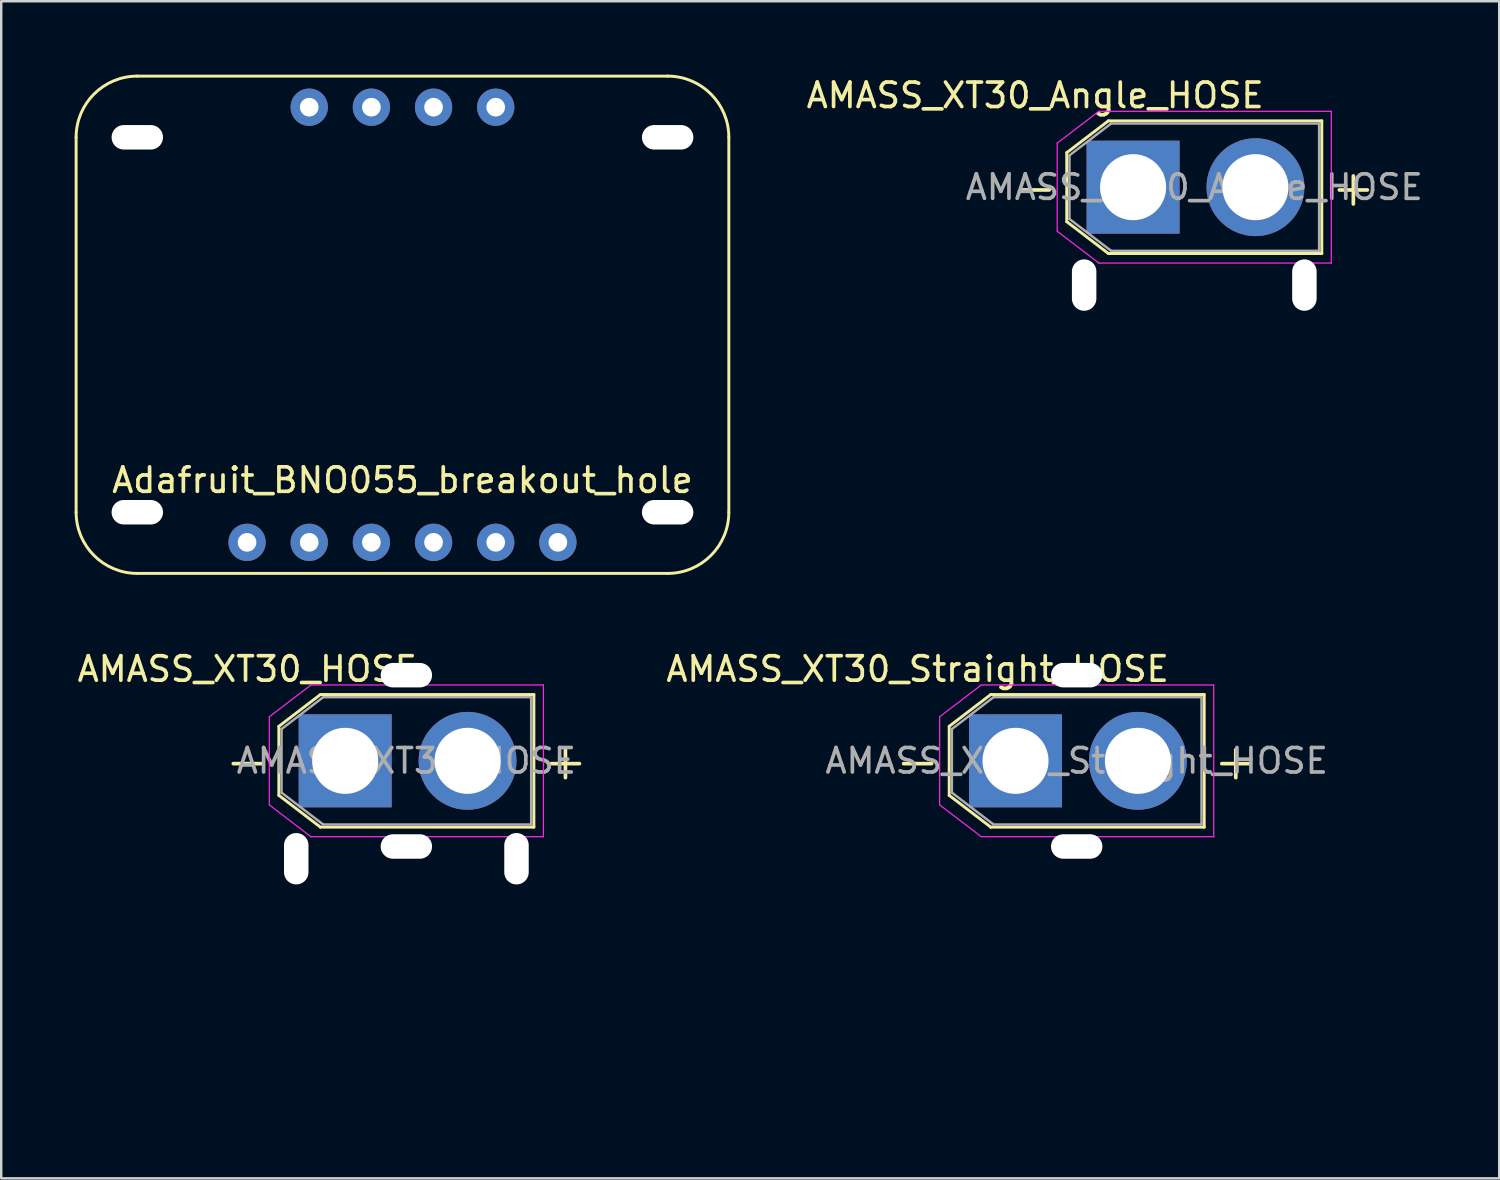
<source format=kicad_pcb>
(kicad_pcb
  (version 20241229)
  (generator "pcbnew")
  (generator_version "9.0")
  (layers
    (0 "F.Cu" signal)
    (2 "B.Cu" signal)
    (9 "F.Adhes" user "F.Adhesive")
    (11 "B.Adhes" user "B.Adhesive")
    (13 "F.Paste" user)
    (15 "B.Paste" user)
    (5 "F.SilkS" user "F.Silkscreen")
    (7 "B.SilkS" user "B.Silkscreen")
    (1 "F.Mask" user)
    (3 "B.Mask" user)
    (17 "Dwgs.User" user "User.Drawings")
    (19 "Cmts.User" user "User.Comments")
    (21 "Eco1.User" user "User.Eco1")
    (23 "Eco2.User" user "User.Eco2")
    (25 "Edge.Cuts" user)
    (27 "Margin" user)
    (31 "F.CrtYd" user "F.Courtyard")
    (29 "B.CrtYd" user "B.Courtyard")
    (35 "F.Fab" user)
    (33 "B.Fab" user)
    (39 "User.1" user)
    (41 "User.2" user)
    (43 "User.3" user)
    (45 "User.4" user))
  (footprint "AMASS_XT30_HOSE"
    (layer "F.Cu")
    (at 13.554 28.038)
    (property "Reference" "AMASS_XT30_HOSE" (at -6.5 -3.75 0) (layer "F.SilkS") (effects (font (size 1 1) (thickness 0.15))))
    (attr through_hole)
    (fp_line (start -5.21 -1.41) (end -5.21 1.41) (stroke (width 0.12) (type solid)) (layer "F.SilkS"))
    (fp_line (start -5.21 -1.41) (end -3.51 -2.71) (stroke (width 0.12) (type solid)) (layer "F.SilkS"))
    (fp_line (start -5.21 1.41) (end -3.51 2.71) (stroke (width 0.12) (type solid)) (layer "F.SilkS"))
    (fp_line (start -3.51 -2.71) (end 5.21 -2.71) (stroke (width 0.12) (type solid)) (layer "F.SilkS"))
    (fp_line (start -3.51 2.71) (end 5.21 2.71) (stroke (width 0.12) (type solid)) (layer "F.SilkS"))
    (fp_line (start 5.21 -2.71) (end 5.21 2.71) (stroke (width 0.12) (type solid)) (layer "F.SilkS"))
    (fp_line (start -4.5 3) (end -3.5 13) (stroke (width 0.12) (type solid)) (layer "Eco1.User"))
    (fp_line (start -3.5 13) (end 3.5 13) (stroke (width 0.12) (type solid)) (layer "Eco1.User"))
    (fp_line (start -1 14) (end -1 13) (stroke (width 0.12) (type solid)) (layer "Eco1.User"))
    (fp_line (start 1 14) (end -1 14) (stroke (width 0.12) (type solid)) (layer "Eco1.User"))
    (fp_line (start 1 14) (end 1 13) (stroke (width 0.12) (type solid)) (layer "Eco1.User"))
    (fp_line (start 4.5 3) (end 3.5 13) (stroke (width 0.12) (type solid)) (layer "Eco1.User"))
    (fp_line (start -5.6 -1.8) (end -5.6 1.8) (stroke (width 0.05) (type solid)) (layer "F.CrtYd"))
    (fp_line (start -5.6 -1.8) (end -3.9 -3.1) (stroke (width 0.05) (type solid)) (layer "F.CrtYd"))
    (fp_line (start -5.6 1.8) (end -3.9 3.1) (stroke (width 0.05) (type solid)) (layer "F.CrtYd"))
    (fp_line (start -3.9 -3.1) (end 5.6 -3.1) (stroke (width 0.05) (type solid)) (layer "F.CrtYd"))
    (fp_line (start -3.9 3.1) (end 5.6 3.1) (stroke (width 0.05) (type solid)) (layer "F.CrtYd"))
    (fp_line (start 5.6 -3.1) (end 5.6 3.1) (stroke (width 0.05) (type solid)) (layer "F.CrtYd"))
    (fp_line (start -5.1 -1.3) (end -5.1 1.3) (stroke (width 0.1) (type solid)) (layer "F.Fab"))
    (fp_line (start -5.1 -1.3) (end -3.4 -2.6) (stroke (width 0.1) (type solid)) (layer "F.Fab"))
    (fp_line (start -5.1 1.3) (end -3.4 2.6) (stroke (width 0.1) (type solid)) (layer "F.Fab"))
    (fp_line (start -3.4 -2.6) (end 5.1 -2.6) (stroke (width 0.1) (type solid)) (layer "F.Fab"))
    (fp_line (start -3.4 2.6) (end 5.1 2.6) (stroke (width 0.1) (type solid)) (layer "F.Fab"))
    (fp_line (start 5.1 -2.6) (end 5.1 2.6) (stroke (width 0.1) (type solid)) (layer "F.Fab"))
    (fp_text user "-" (at -6.5 0 0) (layer "F.SilkS") (effects (font (size 1.5 1.5) (thickness 0.15))))
    (fp_text user "+" (at 6.5 0 0) (layer "F.SilkS") (effects (font (size 1.5 1.5) (thickness 0.15))))
    (fp_text user "${REFERENCE}" (at 0 0 0) (layer "F.Fab") (effects (font (size 1 1) (thickness 0.15))))
    (pad "" np_thru_hole oval (at -4.5 4 90) (size 2.1 1) (drill oval 2.1 1) (layers "*.Cu" "*.Mask"))
    (pad "" np_thru_hole oval (at 0 -3.5) (size 2.1 1) (drill oval 2.1 1) (layers "*.Cu" "*.Mask"))
    (pad "" np_thru_hole oval (at 0 3.5) (size 2.1 1) (drill oval 2.1 1) (layers "*.Cu" "*.Mask"))
    (pad "" np_thru_hole oval (at 4.5 4 90) (size 2.1 1) (drill oval 2.1 1) (layers "*.Cu" "*.Mask"))
    (pad "1" thru_hole rect (at -2.5 0) (size 3.8 3.8) (drill 2.7) (layers "*.Cu" "*.Mask"))
    (pad "2" thru_hole circle (at 2.5 0) (size 4 4) (drill 2.7) (layers "*.Cu" "*.Mask")))
  (footprint "Adafruit_BNO055_breakout_hole"
    (layer "F.Cu")
    (at 13.395 10.22)
    (property "Reference" "Adafruit_BNO055_breakout_hole" (at 0 6.35 0) (layer "F.SilkS") (effects (font (size 1 1) (thickness 0.15))))
    (attr through_hole)
    (fp_line (start -13.335 -7.66) (end -13.335 7.66) (stroke (width 0.12) (type solid)) (layer "F.SilkS"))
    (fp_line (start -10.835 10.16) (end 10.835 10.16) (stroke (width 0.12) (type solid)) (layer "F.SilkS"))
    (fp_line (start 10.835 -10.16) (end -10.835 -10.16) (stroke (width 0.12) (type solid)) (layer "F.SilkS"))
    (fp_line (start 13.335 7.66) (end 13.335 -7.66) (stroke (width 0.12) (type solid)) (layer "F.SilkS"))
    (fp_arc (start -13.335 -7.66) (mid -12.602767 -9.427767) (end -10.835 -10.16) (stroke (width 0.12) (type solid)) (layer "F.SilkS"))
    (fp_arc (start -10.835 10.16) (mid -12.602767 9.427767) (end -13.335 7.66) (stroke (width 0.12) (type solid)) (layer "F.SilkS"))
    (fp_arc (start 10.835 -10.16) (mid 12.602767 -9.427767) (end 13.335 -7.66) (stroke (width 0.12) (type solid)) (layer "F.SilkS"))
    (fp_arc (start 13.335 7.66) (mid 12.602767 9.427767) (end 10.835 10.16) (stroke (width 0.12) (type solid)) (layer "F.SilkS"))
    (pad "" np_thru_hole oval (at -10.835 -7.66) (size 2.1 1) (drill oval 2.1 1) (layers "*.Cu" "*.Mask"))
    (pad "" np_thru_hole oval (at -10.835 7.66) (size 2.1 1) (drill oval 2.1 1) (layers "*.Cu" "*.Mask"))
    (pad "" np_thru_hole oval (at 10.835 -7.66 180) (size 2.1 1) (drill oval 2.1 1) (layers "*.Cu" "*.Mask"))
    (pad "" np_thru_hole oval (at 10.835 7.66 180) (size 2.1 1) (drill oval 2.1 1) (layers "*.Cu" "*.Mask"))
    (pad "1" thru_hole circle (at -6.35 8.89) (size 1.524 1.524) (drill 0.762) (layers "*.Cu" "*.Mask"))
    (pad "2" thru_hole circle (at -3.81 8.89) (size 1.524 1.524) (drill 0.762) (layers "*.Cu" "*.Mask"))
    (pad "3" thru_hole circle (at -1.27 8.89) (size 1.524 1.524) (drill 0.762) (layers "*.Cu" "*.Mask"))
    (pad "4" thru_hole circle (at 1.27 8.89) (size 1.524 1.524) (drill 0.762) (layers "*.Cu" "*.Mask"))
    (pad "5" thru_hole circle (at 3.81 8.89) (size 1.524 1.524) (drill 0.762) (layers "*.Cu" "*.Mask"))
    (pad "6" thru_hole circle (at 6.35 8.89) (size 1.524 1.524) (drill 0.762) (layers "*.Cu" "*.Mask"))
    (pad "7" thru_hole circle (at -3.81 -8.89) (size 1.524 1.524) (drill 0.762) (layers "*.Cu" "*.Mask"))
    (pad "8" thru_hole circle (at -1.27 -8.89) (size 1.524 1.524) (drill 0.762) (layers "*.Cu" "*.Mask"))
    (pad "9" thru_hole circle (at 1.27 -8.89) (size 1.524 1.524) (drill 0.762) (layers "*.Cu" "*.Mask"))
    (pad "10" thru_hole circle (at 3.81 -8.89) (size 1.524 1.524) (drill 0.762) (layers "*.Cu" "*.Mask")))
  (footprint "AMASS_XT30_Angle_HOSE"
    (layer "F.Cu")
    (at 45.748 4.598)
    (property "Reference" "AMASS_XT30_Angle_HOSE" (at -6.5 -3.75 0) (layer "F.SilkS") (effects (font (size 1 1) (thickness 0.15))))
    (attr through_hole)
    (fp_line (start -5.21 -1.41) (end -5.21 1.41) (stroke (width 0.12) (type solid)) (layer "F.SilkS"))
    (fp_line (start -5.21 -1.41) (end -3.51 -2.71) (stroke (width 0.12) (type solid)) (layer "F.SilkS"))
    (fp_line (start -5.21 1.41) (end -3.51 2.71) (stroke (width 0.12) (type solid)) (layer "F.SilkS"))
    (fp_line (start -3.51 -2.71) (end 5.21 -2.71) (stroke (width 0.12) (type solid)) (layer "F.SilkS"))
    (fp_line (start -3.51 2.71) (end 5.21 2.71) (stroke (width 0.12) (type solid)) (layer "F.SilkS"))
    (fp_line (start 5.21 -2.71) (end 5.21 2.71) (stroke (width 0.12) (type solid)) (layer "F.SilkS"))
    (fp_line (start -4.5 3) (end -3.5 13) (stroke (width 0.12) (type solid)) (layer "Eco1.User"))
    (fp_line (start -3.5 13) (end 3.5 13) (stroke (width 0.12) (type solid)) (layer "Eco1.User"))
    (fp_line (start -1 14) (end -1 13) (stroke (width 0.12) (type solid)) (layer "Eco1.User"))
    (fp_line (start 1 14) (end -1 14) (stroke (width 0.12) (type solid)) (layer "Eco1.User"))
    (fp_line (start 1 14) (end 1 13) (stroke (width 0.12) (type solid)) (layer "Eco1.User"))
    (fp_line (start 4.5 3) (end 3.5 13) (stroke (width 0.12) (type solid)) (layer "Eco1.User"))
    (fp_line (start -5.6 -1.8) (end -5.6 1.8) (stroke (width 0.05) (type solid)) (layer "F.CrtYd"))
    (fp_line (start -5.6 -1.8) (end -3.9 -3.1) (stroke (width 0.05) (type solid)) (layer "F.CrtYd"))
    (fp_line (start -5.6 1.8) (end -3.9 3.1) (stroke (width 0.05) (type solid)) (layer "F.CrtYd"))
    (fp_line (start -3.9 -3.1) (end 5.6 -3.1) (stroke (width 0.05) (type solid)) (layer "F.CrtYd"))
    (fp_line (start -3.9 3.1) (end 5.6 3.1) (stroke (width 0.05) (type solid)) (layer "F.CrtYd"))
    (fp_line (start 5.6 -3.1) (end 5.6 3.1) (stroke (width 0.05) (type solid)) (layer "F.CrtYd"))
    (fp_line (start -5.1 -1.3) (end -5.1 1.3) (stroke (width 0.1) (type solid)) (layer "F.Fab"))
    (fp_line (start -5.1 -1.3) (end -3.4 -2.6) (stroke (width 0.1) (type solid)) (layer "F.Fab"))
    (fp_line (start -5.1 1.3) (end -3.4 2.6) (stroke (width 0.1) (type solid)) (layer "F.Fab"))
    (fp_line (start -3.4 -2.6) (end 5.1 -2.6) (stroke (width 0.1) (type solid)) (layer "F.Fab"))
    (fp_line (start -3.4 2.6) (end 5.1 2.6) (stroke (width 0.1) (type solid)) (layer "F.Fab"))
    (fp_line (start 5.1 -2.6) (end 5.1 2.6) (stroke (width 0.1) (type solid)) (layer "F.Fab"))
    (fp_text user "+" (at 6.5 0 0) (layer "F.SilkS") (effects (font (size 1.5 1.5) (thickness 0.15))))
    (fp_text user "-" (at -6.5 0 0) (layer "F.SilkS") (effects (font (size 1.5 1.5) (thickness 0.15))))
    (fp_text user "${REFERENCE}" (at 0 0 0) (layer "F.Fab") (effects (font (size 1 1) (thickness 0.15))))
    (pad "" np_thru_hole oval (at -4.5 4 90) (size 2.1 1) (drill oval 2.1 1) (layers "*.Cu" "*.Mask"))
    (pad "" np_thru_hole oval (at 4.5 4 90) (size 2.1 1) (drill oval 2.1 1) (layers "*.Cu" "*.Mask"))
    (pad "1" thru_hole rect (at -2.5 0) (size 3.8 3.8) (drill 2.7) (layers "*.Cu" "*.Mask"))
    (pad "2" thru_hole circle (at 2.5 0) (size 4 4) (drill 2.7) (layers "*.Cu" "*.Mask")))
  (footprint "AMASS_XT30_Straight_HOSE"
    (layer "F.Cu")
    (at 40.944 28.038)
    (property "Reference" "AMASS_XT30_Straight_HOSE" (at -6.5 -3.75 0) (layer "F.SilkS") (effects (font (size 1 1) (thickness 0.15))))
    (attr through_hole)
    (fp_line (start -5.21 -1.41) (end -5.21 1.41) (stroke (width 0.12) (type solid)) (layer "F.SilkS"))
    (fp_line (start -5.21 -1.41) (end -3.51 -2.71) (stroke (width 0.12) (type solid)) (layer "F.SilkS"))
    (fp_line (start -5.21 1.41) (end -3.51 2.71) (stroke (width 0.12) (type solid)) (layer "F.SilkS"))
    (fp_line (start -3.51 -2.71) (end 5.21 -2.71) (stroke (width 0.12) (type solid)) (layer "F.SilkS"))
    (fp_line (start -3.51 2.71) (end 5.21 2.71) (stroke (width 0.12) (type solid)) (layer "F.SilkS"))
    (fp_line (start 5.21 -2.71) (end 5.21 2.71) (stroke (width 0.12) (type solid)) (layer "F.SilkS"))
    (fp_line (start -5.6 -1.8) (end -5.6 1.8) (stroke (width 0.05) (type solid)) (layer "F.CrtYd"))
    (fp_line (start -5.6 -1.8) (end -3.9 -3.1) (stroke (width 0.05) (type solid)) (layer "F.CrtYd"))
    (fp_line (start -5.6 1.8) (end -3.9 3.1) (stroke (width 0.05) (type solid)) (layer "F.CrtYd"))
    (fp_line (start -3.9 -3.1) (end 5.6 -3.1) (stroke (width 0.05) (type solid)) (layer "F.CrtYd"))
    (fp_line (start -3.9 3.1) (end 5.6 3.1) (stroke (width 0.05) (type solid)) (layer "F.CrtYd"))
    (fp_line (start 5.6 -3.1) (end 5.6 3.1) (stroke (width 0.05) (type solid)) (layer "F.CrtYd"))
    (fp_line (start -5.1 -1.3) (end -5.1 1.3) (stroke (width 0.1) (type solid)) (layer "F.Fab"))
    (fp_line (start -5.1 -1.3) (end -3.4 -2.6) (stroke (width 0.1) (type solid)) (layer "F.Fab"))
    (fp_line (start -5.1 1.3) (end -3.4 2.6) (stroke (width 0.1) (type solid)) (layer "F.Fab"))
    (fp_line (start -3.4 -2.6) (end 5.1 -2.6) (stroke (width 0.1) (type solid)) (layer "F.Fab"))
    (fp_line (start -3.4 2.6) (end 5.1 2.6) (stroke (width 0.1) (type solid)) (layer "F.Fab"))
    (fp_line (start 5.1 -2.6) (end 5.1 2.6) (stroke (width 0.1) (type solid)) (layer "F.Fab"))
    (fp_text user "-" (at -6.5 0 0) (layer "F.SilkS") (effects (font (size 1.5 1.5) (thickness 0.15))))
    (fp_text user "+" (at 6.5 0 0) (layer "F.SilkS") (effects (font (size 1.5 1.5) (thickness 0.15))))
    (fp_text user "${REFERENCE}" (at 0 0 0) (layer "F.Fab") (effects (font (size 1 1) (thickness 0.15))))
    (pad "" np_thru_hole oval (at 0 -3.5) (size 2.1 1) (drill oval 2.1 1) (layers "*.Cu" "*.Mask"))
    (pad "" np_thru_hole oval (at 0 3.5) (size 2.1 1) (drill oval 2.1 1) (layers "*.Cu" "*.Mask"))
    (pad "1" thru_hole rect (at -2.5 0) (size 3.8 3.8) (drill 2.7) (layers "*.Cu" "*.Mask"))
    (pad "2" thru_hole circle (at 2.5 0) (size 4 4) (drill 2.7) (layers "*.Cu" "*.Mask")))
  (gr_rect
    (start -3 -3)
    (end 58.207 45.098)
    (stroke (width 0.1) (type default))
    (fill no)
    (layer "Edge.Cuts")))
</source>
